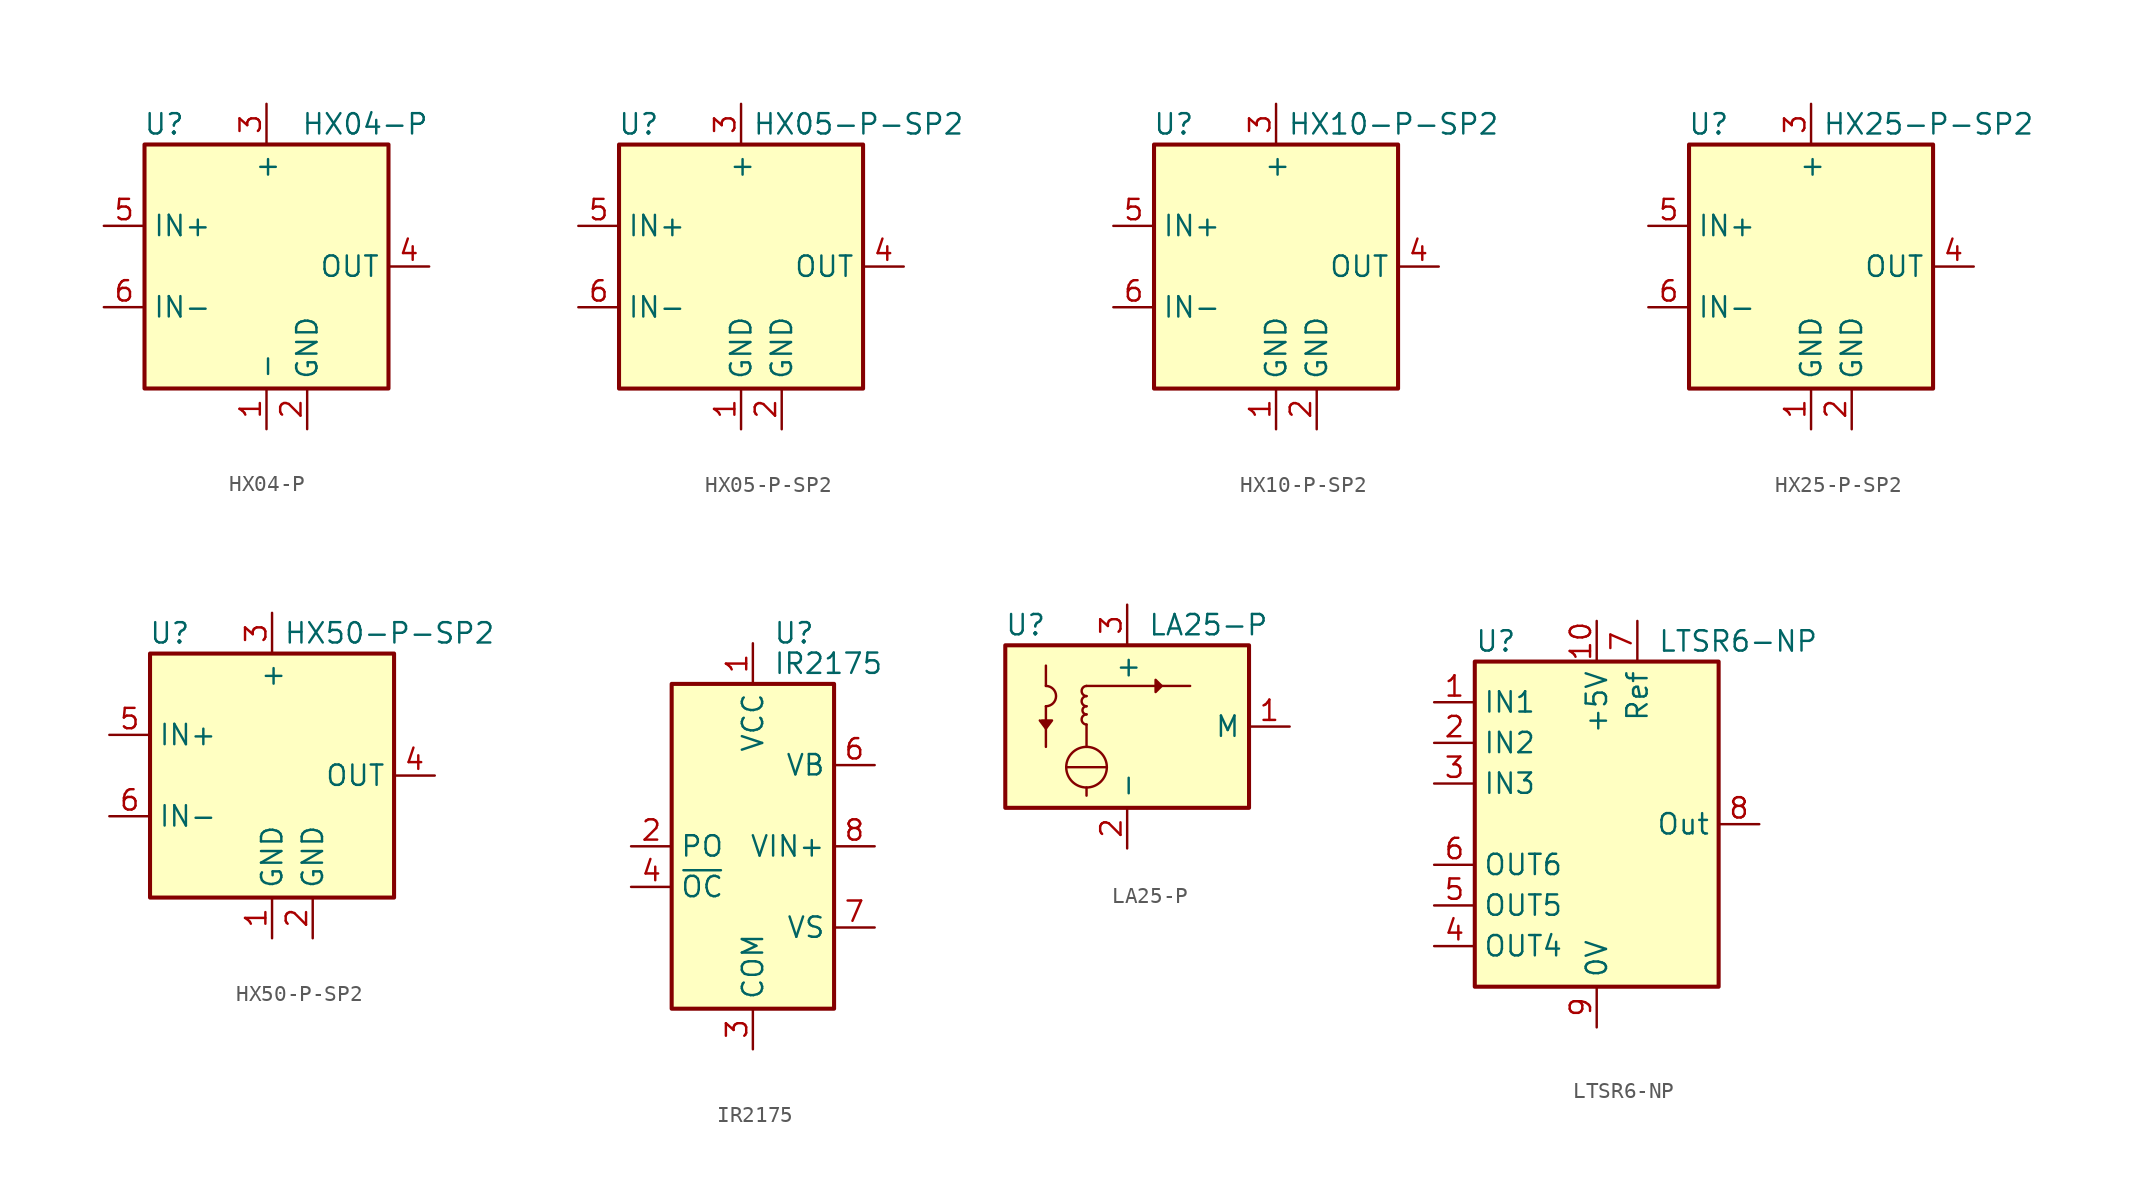
<source format=kicad_sym>
(kicad_symbol_lib
  (version 20211014)
  (generator kicad_symbol_editor)
  (symbol "HX04-P"
    (property "Reference" "U"
      (at -5.08 8.89 0)
      (effects (font (size 1.27 1.27)) (justify right)))
    (property "Value" "HX04-P"
      (at 10.16 8.89 0)
      (effects (font (size 1.27 1.27)) (justify right)))
    (symbol "HX04-P_0_1"
      (rectangle (start -7.62 7.62) (end 7.62 -7.62) (stroke (width 0.254) (type default) (color 0 0 0 0)) (fill (type background))))
    (symbol "HX04-P_1_1"
      (pin power_in line (at 0 -10.16 90) (length 2.54) (name "-" (effects (font (size 1.27 1.27)))) (number "1" (effects (font (size 1.27 1.27)))))
      (pin power_in line (at 2.54 -10.16 90) (length 2.54) (name "GND" (effects (font (size 1.27 1.27)))) (number "2" (effects (font (size 1.27 1.27)))))
      (pin power_in line (at 0 10.16 270) (length 2.54) (name "+" (effects (font (size 1.27 1.27)))) (number "3" (effects (font (size 1.27 1.27)))))
      (pin output line (at 10.16 0 180) (length 2.54) (name "OUT" (effects (font (size 1.27 1.27)))) (number "4" (effects (font (size 1.27 1.27)))))
      (pin passive line (at -10.16 2.54 0) (length 2.54) (name "IN+" (effects (font (size 1.27 1.27)))) (number "5" (effects (font (size 1.27 1.27)))))
      (pin passive line (at -10.16 -2.54 0) (length 2.54) (name "IN-" (effects (font (size 1.27 1.27)))) (number "6" (effects (font (size 1.27 1.27)))))))
  (symbol "HX05-P-SP2"
    (property "Reference" "U"
      (at -5.08 8.89 0)
      (effects (font (size 1.27 1.27)) (justify right)))
    (property "Value" "HX05-P-SP2"
      (at 13.97 8.89 0)
      (effects (font (size 1.27 1.27)) (justify right)))
    (symbol "HX05-P-SP2_0_1"
      (rectangle (start -7.62 7.62) (end 7.62 -7.62) (stroke (width 0.254) (type default) (color 0 0 0 0)) (fill (type background))))
    (symbol "HX05-P-SP2_1_1"
      (pin power_in line (at 0 -10.16 90) (length 2.54) (name "GND" (effects (font (size 1.27 1.27)))) (number "1" (effects (font (size 1.27 1.27)))))
      (pin power_in line (at 2.54 -10.16 90) (length 2.54) (name "GND" (effects (font (size 1.27 1.27)))) (number "2" (effects (font (size 1.27 1.27)))))
      (pin power_in line (at 0 10.16 270) (length 2.54) (name "+" (effects (font (size 1.27 1.27)))) (number "3" (effects (font (size 1.27 1.27)))))
      (pin output line (at 10.16 0 180) (length 2.54) (name "OUT" (effects (font (size 1.27 1.27)))) (number "4" (effects (font (size 1.27 1.27)))))
      (pin passive line (at -10.16 2.54 0) (length 2.54) (name "IN+" (effects (font (size 1.27 1.27)))) (number "5" (effects (font (size 1.27 1.27)))))
      (pin passive line (at -10.16 -2.54 0) (length 2.54) (name "IN-" (effects (font (size 1.27 1.27)))) (number "6" (effects (font (size 1.27 1.27)))))))
  (symbol "HX10-P-SP2"
    (property "Reference" "U"
      (at -5.08 8.89 0)
      (effects (font (size 1.27 1.27)) (justify right)))
    (property "Value" "HX10-P-SP2"
      (at 13.97 8.89 0)
      (effects (font (size 1.27 1.27)) (justify right)))
    (symbol "HX10-P-SP2_0_1"
      (rectangle (start -7.62 7.62) (end 7.62 -7.62) (stroke (width 0.254) (type default) (color 0 0 0 0)) (fill (type background))))
    (symbol "HX10-P-SP2_1_1"
      (pin power_in line (at 0 -10.16 90) (length 2.54) (name "GND" (effects (font (size 1.27 1.27)))) (number "1" (effects (font (size 1.27 1.27)))))
      (pin power_in line (at 2.54 -10.16 90) (length 2.54) (name "GND" (effects (font (size 1.27 1.27)))) (number "2" (effects (font (size 1.27 1.27)))))
      (pin power_in line (at 0 10.16 270) (length 2.54) (name "+" (effects (font (size 1.27 1.27)))) (number "3" (effects (font (size 1.27 1.27)))))
      (pin output line (at 10.16 0 180) (length 2.54) (name "OUT" (effects (font (size 1.27 1.27)))) (number "4" (effects (font (size 1.27 1.27)))))
      (pin passive line (at -10.16 2.54 0) (length 2.54) (name "IN+" (effects (font (size 1.27 1.27)))) (number "5" (effects (font (size 1.27 1.27)))))
      (pin passive line (at -10.16 -2.54 0) (length 2.54) (name "IN-" (effects (font (size 1.27 1.27)))) (number "6" (effects (font (size 1.27 1.27)))))))
  (symbol "HX25-P-SP2"
    (property "Reference" "U"
      (at -5.08 8.89 0)
      (effects (font (size 1.27 1.27)) (justify right)))
    (property "Value" "HX25-P-SP2"
      (at 13.97 8.89 0)
      (effects (font (size 1.27 1.27)) (justify right)))
    (symbol "HX25-P-SP2_0_1"
      (rectangle (start -7.62 7.62) (end 7.62 -7.62) (stroke (width 0.254) (type default) (color 0 0 0 0)) (fill (type background))))
    (symbol "HX25-P-SP2_1_1"
      (pin power_in line (at 0 -10.16 90) (length 2.54) (name "GND" (effects (font (size 1.27 1.27)))) (number "1" (effects (font (size 1.27 1.27)))))
      (pin power_in line (at 2.54 -10.16 90) (length 2.54) (name "GND" (effects (font (size 1.27 1.27)))) (number "2" (effects (font (size 1.27 1.27)))))
      (pin power_in line (at 0 10.16 270) (length 2.54) (name "+" (effects (font (size 1.27 1.27)))) (number "3" (effects (font (size 1.27 1.27)))))
      (pin output line (at 10.16 0 180) (length 2.54) (name "OUT" (effects (font (size 1.27 1.27)))) (number "4" (effects (font (size 1.27 1.27)))))
      (pin passive line (at -10.16 2.54 0) (length 2.54) (name "IN+" (effects (font (size 1.27 1.27)))) (number "5" (effects (font (size 1.27 1.27)))))
      (pin passive line (at -10.16 -2.54 0) (length 2.54) (name "IN-" (effects (font (size 1.27 1.27)))) (number "6" (effects (font (size 1.27 1.27)))))))
  (symbol "HX50-P-SP2"
    (property "Reference" "U"
      (at -5.08 8.89 0)
      (effects (font (size 1.27 1.27)) (justify right)))
    (property "Value" "HX50-P-SP2"
      (at 13.97 8.89 0)
      (effects (font (size 1.27 1.27)) (justify right)))
    (symbol "HX50-P-SP2_0_1"
      (rectangle (start -7.62 7.62) (end 7.62 -7.62) (stroke (width 0.254) (type default) (color 0 0 0 0)) (fill (type background))))
    (symbol "HX50-P-SP2_1_1"
      (pin power_in line (at 0 -10.16 90) (length 2.54) (name "GND" (effects (font (size 1.27 1.27)))) (number "1" (effects (font (size 1.27 1.27)))))
      (pin power_in line (at 2.54 -10.16 90) (length 2.54) (name "GND" (effects (font (size 1.27 1.27)))) (number "2" (effects (font (size 1.27 1.27)))))
      (pin power_in line (at 0 10.16 270) (length 2.54) (name "+" (effects (font (size 1.27 1.27)))) (number "3" (effects (font (size 1.27 1.27)))))
      (pin output line (at 10.16 0 180) (length 2.54) (name "OUT" (effects (font (size 1.27 1.27)))) (number "4" (effects (font (size 1.27 1.27)))))
      (pin passive line (at -10.16 2.54 0) (length 2.54) (name "IN+" (effects (font (size 1.27 1.27)))) (number "5" (effects (font (size 1.27 1.27)))))
      (pin passive line (at -10.16 -2.54 0) (length 2.54) (name "IN-" (effects (font (size 1.27 1.27)))) (number "6" (effects (font (size 1.27 1.27)))))))
  (symbol "IR2175"
    (property "Reference" "U"
      (at 1.27 13.335 0)
      (effects (font (size 1.27 1.27)) (justify left)))
    (property "Value" "IR2175"
      (at 1.27 11.43 0)
      (effects (font (size 1.27 1.27)) (justify left)))
    (symbol "IR2175_0_1"
      (rectangle (start -5.08 -10.16) (end 5.08 10.16) (stroke (width 0.254) (type default) (color 0 0 0 0)) (fill (type background))))
    (symbol "IR2175_1_1"
      (pin power_in line (at 0 12.7 270) (length 2.54) (name "VCC" (effects (font (size 1.27 1.27)))) (number "1" (effects (font (size 1.27 1.27)))))
      (pin output line (at -7.62 0 0) (length 2.54) (name "PO" (effects (font (size 1.27 1.27)))) (number "2" (effects (font (size 1.27 1.27)))))
      (pin power_in line (at 0 -12.7 90) (length 2.54) (name "COM" (effects (font (size 1.27 1.27)))) (number "3" (effects (font (size 1.27 1.27)))))
      (pin output line (at -7.62 -2.54 0) (length 2.54) (name "~{OC}" (effects (font (size 1.27 1.27)))) (number "4" (effects (font (size 1.27 1.27)))))
      (pin no_connect line (at -5.08 2.54 0) (length 2.54) hide (name "NC" (effects (font (size 1.27 1.27)))) (number "5" (effects (font (size 1.27 1.27)))))
      (pin passive line (at 7.62 5.08 180) (length 2.54) (name "VB" (effects (font (size 1.27 1.27)))) (number "6" (effects (font (size 1.27 1.27)))))
      (pin passive line (at 7.62 -5.08 180) (length 2.54) (name "VS" (effects (font (size 1.27 1.27)))) (number "7" (effects (font (size 1.27 1.27)))))
      (pin passive line (at 7.62 0 180) (length 2.54) (name "VIN+" (effects (font (size 1.27 1.27)))) (number "8" (effects (font (size 1.27 1.27)))))))
  (symbol "LA25-P"
    (property "Reference" "U"
      (at -6.35 6.35 0)
      (effects (font (size 1.27 1.27))))
    (property "Value" "LA25-P"
      (at 5.08 6.35 0)
      (effects (font (size 1.27 1.27))))
    (symbol "LA25-P_0_1"
      (arc (start -5.08 1.27) (mid -4.445 1.905) (end -5.08 2.54) (stroke (width 0) (type default) (color 0 0 0 0)) (fill (type none)))
      (circle (center -2.54 -2.54) (radius 1.27) (stroke (width 0) (type default) (color 0 0 0 0)) (fill (type none)))
      (arc (start -2.54 0.762) (mid -2.8448 0.4572) (end -2.54 0.127) (stroke (width 0) (type default) (color 0 0 0 0)) (fill (type none)))
      (arc (start -2.54 1.27) (mid -2.794 1.016) (end -2.54 0.762) (stroke (width 0) (type default) (color 0 0 0 0)) (fill (type none)))
      (arc (start -2.54 1.905) (mid -2.8448 1.6002) (end -2.54 1.27) (stroke (width 0) (type default) (color 0 0 0 0)) (fill (type none)))
      (arc (start -2.54 2.54) (mid -2.8448 2.2352) (end -2.54 1.905) (stroke (width 0) (type default) (color 0 0 0 0)) (fill (type none)))
      (polyline (pts (xy -5.08 1.27) (xy -5.08 -1.27)) (stroke (width 0) (type default) (color 0 0 0 0)) (fill (type none)))
      (polyline (pts (xy -5.08 3.81) (xy -5.08 2.54)) (stroke (width 0) (type default) (color 0 0 0 0)) (fill (type none)))
      (polyline (pts (xy -3.81 -2.54) (xy -1.27 -2.54)) (stroke (width 0) (type default) (color 0 0 0 0)) (fill (type none)))
      (polyline (pts (xy -2.54 -3.81) (xy -2.54 -4.318)) (stroke (width 0) (type default) (color 0 0 0 0)) (fill (type none)))
      (polyline (pts (xy -2.54 -1.27) (xy -2.54 0.127)) (stroke (width 0) (type default) (color 0 0 0 0)) (fill (type none)))
      (polyline (pts (xy -2.54 2.54) (xy 3.937 2.54)) (stroke (width 0) (type default) (color 0 0 0 0)) (fill (type none)))
      (polyline (pts (xy -5.334 0.381) (xy -4.699 0.381) (xy -5.08 -0.127) (xy -5.461 0.381)) (stroke (width 0) (type default) (color 0 0 0 0)) (fill (type outline)))
      (polyline (pts (xy 2.159 2.54) (xy 1.778 2.921) (xy 1.778 2.159) (xy 2.159 2.54)) (stroke (width 0) (type default) (color 0 0 0 0)) (fill (type outline)))
      (rectangle (start 7.62 -5.08) (end -7.62 5.08) (stroke (width 0.254) (type default) (color 0 0 0 0)) (fill (type background))))
    (symbol "LA25-P_1_1"
      (pin output line (at 10.16 0 180) (length 2.54) (name "M" (effects (font (size 1.27 1.27)))) (number "1" (effects (font (size 1.27 1.27)))))
      (pin power_in line (at 0 -7.62 90) (length 2.54) (name "-" (effects (font (size 1.27 1.27)))) (number "2" (effects (font (size 1.27 1.27)))))
      (pin power_in line (at 0 7.62 270) (length 2.54) (name "+" (effects (font (size 1.27 1.27)))) (number "3" (effects (font (size 1.27 1.27)))))))
  (symbol "LTSR6-NP"
    (property "Reference" "U"
      (at -7.62 11.43 0)
      (effects (font (size 1.27 1.27)) (justify left)))
    (property "Value" "LTSR6-NP"
      (at 3.81 11.43 0)
      (effects (font (size 1.27 1.27)) (justify left)))
    (symbol "LTSR6-NP_0_1"
      (rectangle (start -7.62 10.16) (end 7.62 -10.16) (stroke (width 0.254) (type default) (color 0 0 0 0)) (fill (type background))))
    (symbol "LTSR6-NP_1_1"
      (pin passive line (at -10.16 7.62 0) (length 2.54) (name "IN1" (effects (font (size 1.27 1.27)))) (number "1" (effects (font (size 1.27 1.27)))))
      (pin power_in line (at 0 12.7 270) (length 2.54) (name "+5V" (effects (font (size 1.27 1.27)))) (number "10" (effects (font (size 1.27 1.27)))))
      (pin passive line (at -10.16 5.08 0) (length 2.54) (name "IN2" (effects (font (size 1.27 1.27)))) (number "2" (effects (font (size 1.27 1.27)))))
      (pin passive line (at -10.16 2.54 0) (length 2.54) (name "IN3" (effects (font (size 1.27 1.27)))) (number "3" (effects (font (size 1.27 1.27)))))
      (pin passive line (at -10.16 -7.62 0) (length 2.54) (name "OUT4" (effects (font (size 1.27 1.27)))) (number "4" (effects (font (size 1.27 1.27)))))
      (pin passive line (at -10.16 -5.08 0) (length 2.54) (name "OUT5" (effects (font (size 1.27 1.27)))) (number "5" (effects (font (size 1.27 1.27)))))
      (pin passive line (at -10.16 -2.54 0) (length 2.54) (name "OUT6" (effects (font (size 1.27 1.27)))) (number "6" (effects (font (size 1.27 1.27)))))
      (pin passive line (at 2.54 12.7 270) (length 2.54) (name "Ref" (effects (font (size 1.27 1.27)))) (number "7" (effects (font (size 1.27 1.27)))))
      (pin output line (at 10.16 0 180) (length 2.54) (name "Out" (effects (font (size 1.27 1.27)))) (number "8" (effects (font (size 1.27 1.27)))))
      (pin power_in line (at 0 -12.7 90) (length 2.54) (name "0V" (effects (font (size 1.27 1.27)))) (number "9" (effects (font (size 1.27 1.27))))))))
</source>
